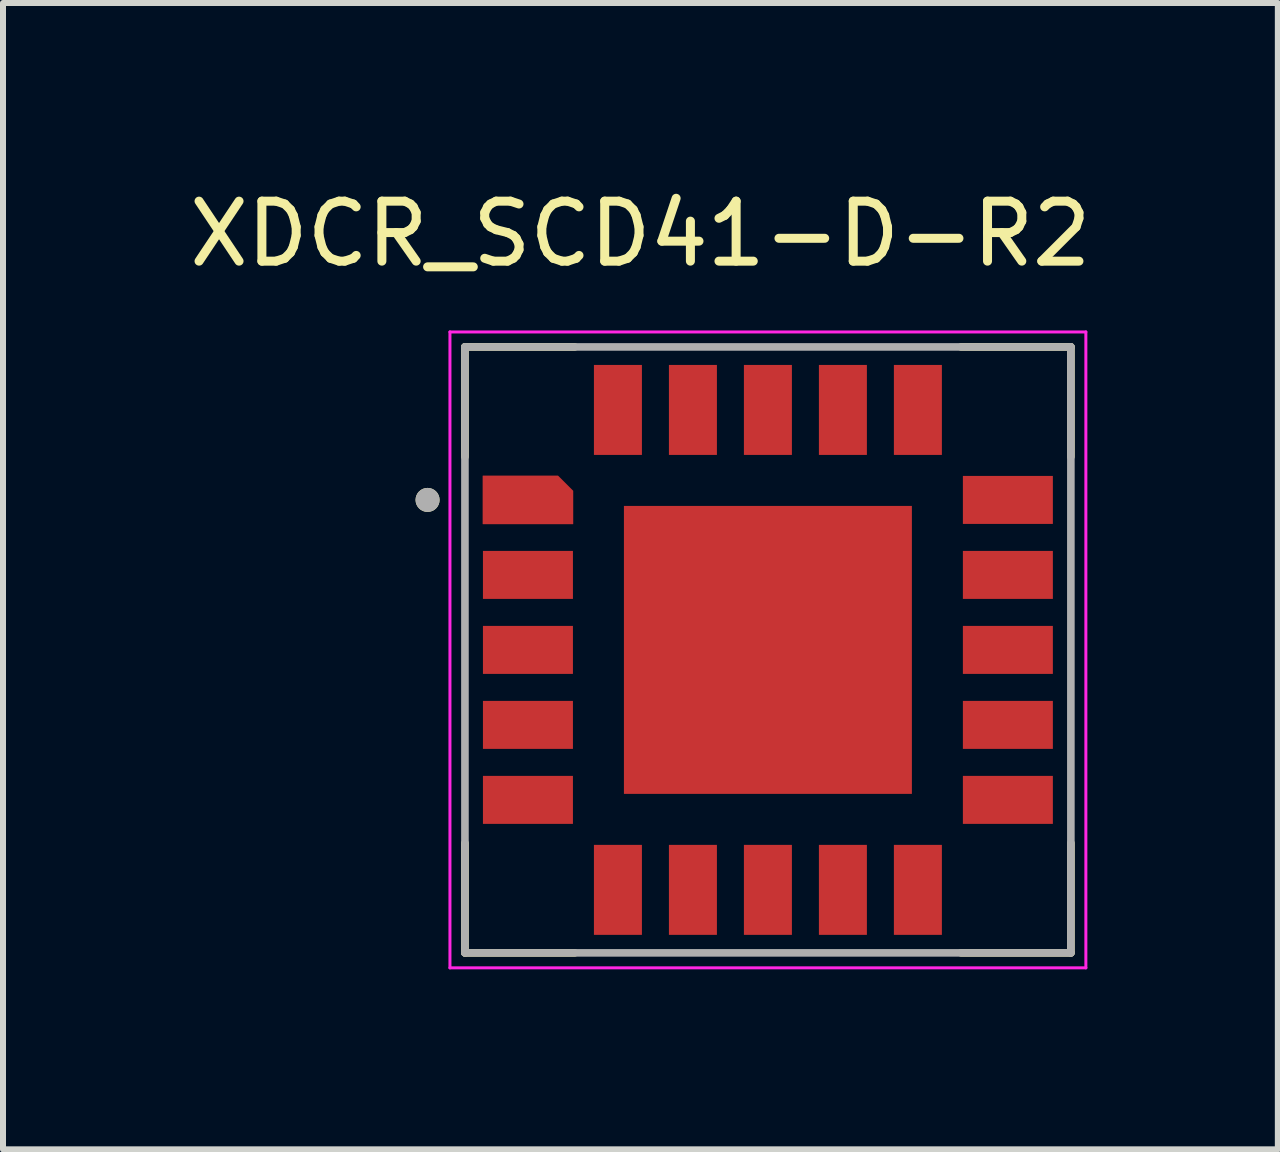
<source format=kicad_pcb>
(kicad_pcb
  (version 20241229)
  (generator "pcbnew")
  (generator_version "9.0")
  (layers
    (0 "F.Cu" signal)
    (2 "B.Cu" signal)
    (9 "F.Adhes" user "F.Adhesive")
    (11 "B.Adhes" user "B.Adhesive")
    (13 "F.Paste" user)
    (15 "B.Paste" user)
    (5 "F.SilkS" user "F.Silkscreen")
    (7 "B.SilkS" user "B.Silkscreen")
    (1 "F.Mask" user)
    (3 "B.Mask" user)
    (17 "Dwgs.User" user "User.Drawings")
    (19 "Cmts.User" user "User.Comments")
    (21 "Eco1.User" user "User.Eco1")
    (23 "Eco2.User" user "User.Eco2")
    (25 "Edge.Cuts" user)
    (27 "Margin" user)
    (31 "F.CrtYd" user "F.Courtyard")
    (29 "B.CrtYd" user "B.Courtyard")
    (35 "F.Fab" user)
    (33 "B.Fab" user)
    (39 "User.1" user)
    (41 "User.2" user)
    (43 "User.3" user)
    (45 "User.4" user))
  (footprint "XDCR_SCD41-D-R2"
    (layer "F.Cu")
    (at 9.75 7.783)
    (property "Reference" "XDCR_SCD41-D-R2" (at -2.125 -6.935 0) (layer "F.SilkS") (effects (font (size 1 1) (thickness 0.15))))
    (attr smd)
    (fp_poly (pts (xy -4.85 -1.75) (xy -3.15 -1.75) (xy -3.15 -0.75) (xy -4.85 -0.75)) (stroke (width 0.01) (type solid)) (fill yes) (layer "F.Mask"))
    (fp_poly (pts (xy -4.85 -0.5) (xy -3.15 -0.5) (xy -3.15 0.5) (xy -4.85 0.5)) (stroke (width 0.01) (type solid)) (fill yes) (layer "F.Mask"))
    (fp_poly (pts (xy -4.85 0.75) (xy -3.15 0.75) (xy -3.15 1.75) (xy -4.85 1.75)) (stroke (width 0.01) (type solid)) (fill yes) (layer "F.Mask"))
    (fp_poly (pts (xy -4.85 2) (xy -3.15 2) (xy -3.15 3) (xy -4.85 3)) (stroke (width 0.01) (type solid)) (fill yes) (layer "F.Mask"))
    (fp_poly (pts (xy -3 -4.85) (xy -2 -4.85) (xy -2 -3.15) (xy -3 -3.15)) (stroke (width 0.01) (type solid)) (fill yes) (layer "F.Mask"))
    (fp_poly (pts (xy -3 3.15) (xy -2 3.15) (xy -2 4.85) (xy -3 4.85)) (stroke (width 0.01) (type solid)) (fill yes) (layer "F.Mask"))
    (fp_poly (pts (xy -2.5 -2.5) (xy 2.5 -2.5) (xy 2.5 2.5) (xy -2.5 2.5)) (stroke (width 0.01) (type solid)) (fill yes) (layer "F.Mask"))
    (fp_poly (pts (xy -1.75 -4.85) (xy -0.75 -4.85) (xy -0.75 -3.15) (xy -1.75 -3.15)) (stroke (width 0.01) (type solid)) (fill yes) (layer "F.Mask"))
    (fp_poly (pts (xy -1.75 3.15) (xy -0.75 3.15) (xy -0.75 4.85) (xy -1.75 4.85)) (stroke (width 0.01) (type solid)) (fill yes) (layer "F.Mask"))
    (fp_poly (pts (xy -0.5 -4.85) (xy 0.5 -4.85) (xy 0.5 -3.15) (xy -0.5 -3.15)) (stroke (width 0.01) (type solid)) (fill yes) (layer "F.Mask"))
    (fp_poly (pts (xy -0.5 3.15) (xy 0.5 3.15) (xy 0.5 4.85) (xy -0.5 4.85)) (stroke (width 0.01) (type solid)) (fill yes) (layer "F.Mask"))
    (fp_poly (pts (xy 0.75 -4.85) (xy 1.75 -4.85) (xy 1.75 -3.15) (xy 0.75 -3.15)) (stroke (width 0.01) (type solid)) (fill yes) (layer "F.Mask"))
    (fp_poly (pts (xy 0.75 3.15) (xy 1.75 3.15) (xy 1.75 4.85) (xy 0.75 4.85)) (stroke (width 0.01) (type solid)) (fill yes) (layer "F.Mask"))
    (fp_poly (pts (xy 2 -4.85) (xy 3 -4.85) (xy 3 -3.15) (xy 2 -3.15)) (stroke (width 0.01) (type solid)) (fill yes) (layer "F.Mask"))
    (fp_poly (pts (xy 2 3.15) (xy 3 3.15) (xy 3 4.85) (xy 2 4.85)) (stroke (width 0.01) (type solid)) (fill yes) (layer "F.Mask"))
    (fp_poly (pts (xy 3.15 -3) (xy 4.85 -3) (xy 4.85 -2) (xy 3.15 -2)) (stroke (width 0.01) (type solid)) (fill yes) (layer "F.Mask"))
    (fp_poly (pts (xy 3.15 -1.75) (xy 4.85 -1.75) (xy 4.85 -0.75) (xy 3.15 -0.75)) (stroke (width 0.01) (type solid)) (fill yes) (layer "F.Mask"))
    (fp_poly (pts (xy 3.15 -0.5) (xy 4.85 -0.5) (xy 4.85 0.5) (xy 3.15 0.5)) (stroke (width 0.01) (type solid)) (fill yes) (layer "F.Mask"))
    (fp_poly (pts (xy 3.15 0.75) (xy 4.85 0.75) (xy 4.85 1.75) (xy 3.15 1.75)) (stroke (width 0.01) (type solid)) (fill yes) (layer "F.Mask"))
    (fp_poly (pts (xy 3.15 2) (xy 4.85 2) (xy 4.85 3) (xy 3.15 3)) (stroke (width 0.01) (type solid)) (fill yes) (layer "F.Mask"))
    (fp_poly (pts (xy -4.85 -3) (xy -4.85 -2) (xy -3.15 -2) (xy -3.15 -2.72) (xy -3.43 -3)) (stroke (width 0.01) (type solid)) (fill yes) (layer "F.Mask"))
    (fp_line (start -5.05 -5.05) (end -5.05 -3.22) (stroke (width 0.127) (type solid)) (layer "F.SilkS"))
    (fp_line (start -5.05 -5.05) (end -3.22 -5.05) (stroke (width 0.127) (type solid)) (layer "F.SilkS"))
    (fp_line (start -5.05 5.05) (end -5.05 3.22) (stroke (width 0.127) (type solid)) (layer "F.SilkS"))
    (fp_line (start -3.22 5.05) (end -5.05 5.05) (stroke (width 0.127) (type solid)) (layer "F.SilkS"))
    (fp_line (start 3.22 -5.05) (end 5.05 -5.05) (stroke (width 0.127) (type solid)) (layer "F.SilkS"))
    (fp_line (start 5.05 -5.05) (end 5.05 -3.22) (stroke (width 0.127) (type solid)) (layer "F.SilkS"))
    (fp_line (start 5.05 5.05) (end 3.22 5.05) (stroke (width 0.127) (type solid)) (layer "F.SilkS"))
    (fp_line (start 5.05 5.05) (end 5.05 3.22) (stroke (width 0.127) (type solid)) (layer "F.SilkS"))
    (fp_circle (center -5.673 -2.5) (end -5.573 -2.5) (stroke (width 0.2) (type solid)) (fill no) (layer "F.SilkS"))
    (fp_poly (pts (xy -4.625 -1.525) (xy -3.375 -1.525) (xy -3.375 -0.975) (xy -4.625 -0.975)) (stroke (width 0.01) (type solid)) (fill yes) (layer "F.Paste"))
    (fp_poly (pts (xy -4.625 -0.275) (xy -3.375 -0.275) (xy -3.375 0.275) (xy -4.625 0.275)) (stroke (width 0.01) (type solid)) (fill yes) (layer "F.Paste"))
    (fp_poly (pts (xy -4.625 0.975) (xy -3.375 0.975) (xy -3.375 1.525) (xy -4.625 1.525)) (stroke (width 0.01) (type solid)) (fill yes) (layer "F.Paste"))
    (fp_poly (pts (xy -4.625 2.225) (xy -3.375 2.225) (xy -3.375 2.775) (xy -4.625 2.775)) (stroke (width 0.01) (type solid)) (fill yes) (layer "F.Paste"))
    (fp_poly (pts (xy -2.775 -4.625) (xy -2.225 -4.625) (xy -2.225 -3.375) (xy -2.775 -3.375)) (stroke (width 0.01) (type solid)) (fill yes) (layer "F.Paste"))
    (fp_poly (pts (xy -2.775 3.375) (xy -2.225 3.375) (xy -2.225 4.625) (xy -2.775 4.625)) (stroke (width 0.01) (type solid)) (fill yes) (layer "F.Paste"))
    (fp_poly (pts (xy -2.15 -2.15) (xy -0.35 -2.15) (xy -0.35 -0.35) (xy -2.15 -0.35)) (stroke (width 0.01) (type solid)) (fill yes) (layer "F.Paste"))
    (fp_poly (pts (xy -2.15 0.35) (xy -0.35 0.35) (xy -0.35 2.15) (xy -2.15 2.15)) (stroke (width 0.01) (type solid)) (fill yes) (layer "F.Paste"))
    (fp_poly (pts (xy -1.525 -4.625) (xy -0.975 -4.625) (xy -0.975 -3.375) (xy -1.525 -3.375)) (stroke (width 0.01) (type solid)) (fill yes) (layer "F.Paste"))
    (fp_poly (pts (xy -1.525 3.375) (xy -0.975 3.375) (xy -0.975 4.625) (xy -1.525 4.625)) (stroke (width 0.01) (type solid)) (fill yes) (layer "F.Paste"))
    (fp_poly (pts (xy -0.275 -4.625) (xy 0.275 -4.625) (xy 0.275 -3.375) (xy -0.275 -3.375)) (stroke (width 0.01) (type solid)) (fill yes) (layer "F.Paste"))
    (fp_poly (pts (xy -0.275 3.375) (xy 0.275 3.375) (xy 0.275 4.625) (xy -0.275 4.625)) (stroke (width 0.01) (type solid)) (fill yes) (layer "F.Paste"))
    (fp_poly (pts (xy 0.35 -2.15) (xy 2.15 -2.15) (xy 2.15 -0.35) (xy 0.35 -0.35)) (stroke (width 0.01) (type solid)) (fill yes) (layer "F.Paste"))
    (fp_poly (pts (xy 0.35 0.35) (xy 2.15 0.35) (xy 2.15 2.15) (xy 0.35 2.15)) (stroke (width 0.01) (type solid)) (fill yes) (layer "F.Paste"))
    (fp_poly (pts (xy 0.975 -4.625) (xy 1.525 -4.625) (xy 1.525 -3.375) (xy 0.975 -3.375)) (stroke (width 0.01) (type solid)) (fill yes) (layer "F.Paste"))
    (fp_poly (pts (xy 0.975 3.375) (xy 1.525 3.375) (xy 1.525 4.625) (xy 0.975 4.625)) (stroke (width 0.01) (type solid)) (fill yes) (layer "F.Paste"))
    (fp_poly (pts (xy 2.225 -4.625) (xy 2.775 -4.625) (xy 2.775 -3.375) (xy 2.225 -3.375)) (stroke (width 0.01) (type solid)) (fill yes) (layer "F.Paste"))
    (fp_poly (pts (xy 2.225 3.375) (xy 2.775 3.375) (xy 2.775 4.625) (xy 2.225 4.625)) (stroke (width 0.01) (type solid)) (fill yes) (layer "F.Paste"))
    (fp_poly (pts (xy 3.375 -2.775) (xy 4.625 -2.775) (xy 4.625 -2.225) (xy 3.375 -2.225)) (stroke (width 0.01) (type solid)) (fill yes) (layer "F.Paste"))
    (fp_poly (pts (xy 3.375 -1.525) (xy 4.625 -1.525) (xy 4.625 -0.975) (xy 3.375 -0.975)) (stroke (width 0.01) (type solid)) (fill yes) (layer "F.Paste"))
    (fp_poly (pts (xy 3.375 -0.275) (xy 4.625 -0.275) (xy 4.625 0.275) (xy 3.375 0.275)) (stroke (width 0.01) (type solid)) (fill yes) (layer "F.Paste"))
    (fp_poly (pts (xy 3.375 0.975) (xy 4.625 0.975) (xy 4.625 1.525) (xy 3.375 1.525)) (stroke (width 0.01) (type solid)) (fill yes) (layer "F.Paste"))
    (fp_poly (pts (xy 3.375 2.225) (xy 4.625 2.225) (xy 4.625 2.775) (xy 3.375 2.775)) (stroke (width 0.01) (type solid)) (fill yes) (layer "F.Paste"))
    (fp_poly (pts (xy -3.375 -2.225) (xy -4.625 -2.225) (xy -4.625 -2.775) (xy -3.555 -2.775) (xy -3.375 -2.595)) (stroke (width 0.01) (type solid)) (fill yes) (layer "F.Paste"))
    (fp_line (start -5.3 -5.3) (end -5.3 5.3) (stroke (width 0.05) (type solid)) (layer "F.CrtYd"))
    (fp_line (start -5.3 5.3) (end 5.3 5.3) (stroke (width 0.05) (type solid)) (layer "F.CrtYd"))
    (fp_line (start 5.3 -5.3) (end -5.3 -5.3) (stroke (width 0.05) (type solid)) (layer "F.CrtYd"))
    (fp_line (start 5.3 5.3) (end 5.3 -5.3) (stroke (width 0.05) (type solid)) (layer "F.CrtYd"))
    (fp_line (start -5.05 -5.05) (end 5.05 -5.05) (stroke (width 0.127) (type solid)) (layer "F.Fab"))
    (fp_line (start -5.05 5.05) (end -5.05 -5.05) (stroke (width 0.127) (type solid)) (layer "F.Fab"))
    (fp_line (start 5.05 -5.05) (end 5.05 5.05) (stroke (width 0.127) (type solid)) (layer "F.Fab"))
    (fp_line (start 5.05 5.05) (end -5.05 5.05) (stroke (width 0.127) (type solid)) (layer "F.Fab"))
    (fp_circle (center -5.673 -2.5) (end -5.573 -2.5) (stroke (width 0.2) (type solid)) (fill no) (layer "F.Fab"))
    (pad "1" smd custom (at -4 -2.5) (size 0.5 0.5) (layers "F.Cu") (options (anchor rect)) (primitives (gr_poly (pts (xy 0.75 0.4) (xy -0.75 0.4) (xy -0.75 -0.4) (xy 0.5 -0.4) (xy 0.75 -0.15)) (width 0.01) (fill yes))))
    (pad "2" smd rect (at -4 -1.25) (size 1.5 0.8) (layers "F.Cu"))
    (pad "3" smd rect (at -4 0) (size 1.5 0.8) (layers "F.Cu"))
    (pad "4" smd rect (at -4 1.25) (size 1.5 0.8) (layers "F.Cu"))
    (pad "5" smd rect (at -4 2.5) (size 1.5 0.8) (layers "F.Cu"))
    (pad "6" smd rect (at -2.5 4) (size 0.8 1.5) (layers "F.Cu"))
    (pad "7" smd rect (at -1.25 4) (size 0.8 1.5) (layers "F.Cu"))
    (pad "8" smd rect (at 0 4) (size 0.8 1.5) (layers "F.Cu"))
    (pad "9" smd rect (at 1.25 4) (size 0.8 1.5) (layers "F.Cu"))
    (pad "10" smd rect (at 2.5 4) (size 0.8 1.5) (layers "F.Cu"))
    (pad "11" smd rect (at 4 2.5) (size 1.5 0.8) (layers "F.Cu"))
    (pad "12" smd rect (at 4 1.25) (size 1.5 0.8) (layers "F.Cu"))
    (pad "13" smd rect (at 4 0) (size 1.5 0.8) (layers "F.Cu"))
    (pad "14" smd rect (at 4 -1.25) (size 1.5 0.8) (layers "F.Cu"))
    (pad "15" smd rect (at 4 -2.5) (size 1.5 0.8) (layers "F.Cu"))
    (pad "16" smd rect (at 2.5 -4) (size 0.8 1.5) (layers "F.Cu"))
    (pad "17" smd rect (at 1.25 -4) (size 0.8 1.5) (layers "F.Cu"))
    (pad "18" smd rect (at 0 -4) (size 0.8 1.5) (layers "F.Cu"))
    (pad "19" smd rect (at -1.25 -4) (size 0.8 1.5) (layers "F.Cu"))
    (pad "20" smd rect (at -2.5 -4) (size 0.8 1.5) (layers "F.Cu"))
    (pad "21" smd rect (at 0 0) (size 4.8 4.8) (layers "F.Cu")))
  (gr_rect
    (start -3 -3)
    (end 18.25 16.108)
    (stroke (width 0.1) (type default))
    (fill no)
    (layer "Edge.Cuts")))
</source>
